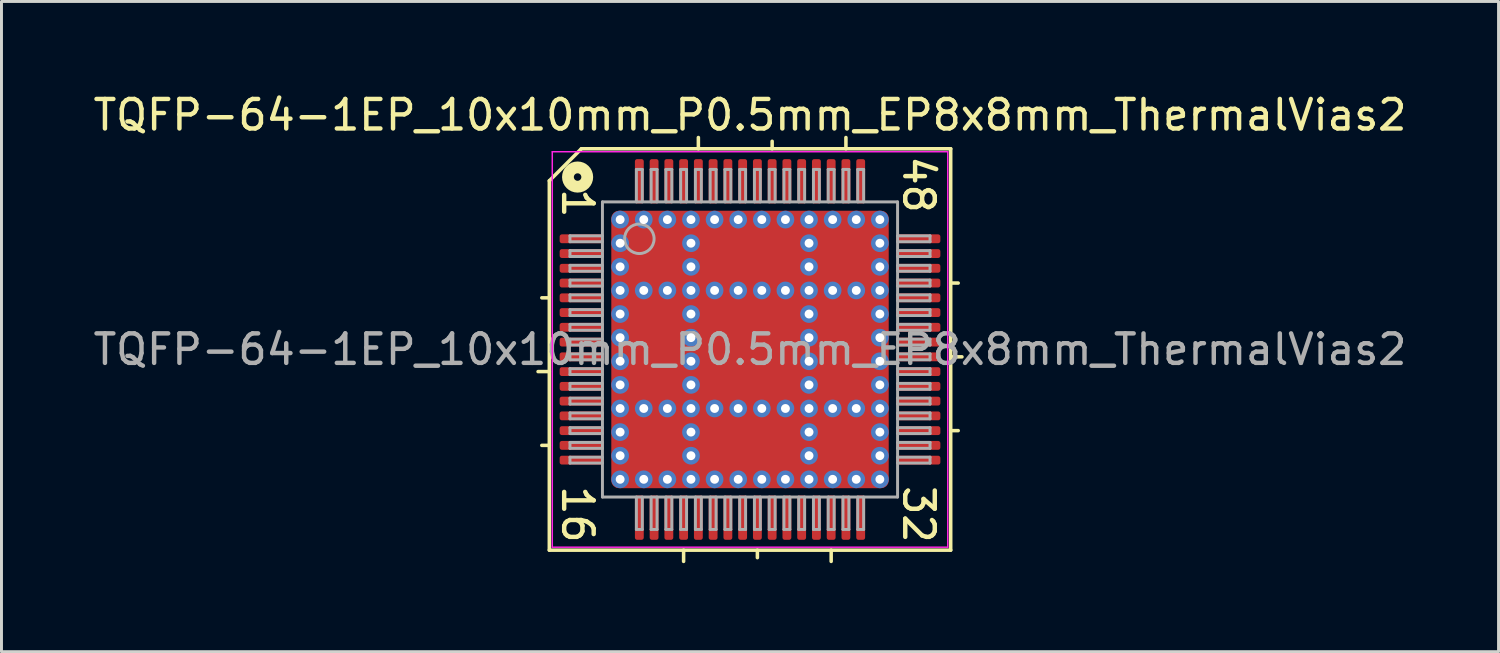
<source format=kicad_pcb>
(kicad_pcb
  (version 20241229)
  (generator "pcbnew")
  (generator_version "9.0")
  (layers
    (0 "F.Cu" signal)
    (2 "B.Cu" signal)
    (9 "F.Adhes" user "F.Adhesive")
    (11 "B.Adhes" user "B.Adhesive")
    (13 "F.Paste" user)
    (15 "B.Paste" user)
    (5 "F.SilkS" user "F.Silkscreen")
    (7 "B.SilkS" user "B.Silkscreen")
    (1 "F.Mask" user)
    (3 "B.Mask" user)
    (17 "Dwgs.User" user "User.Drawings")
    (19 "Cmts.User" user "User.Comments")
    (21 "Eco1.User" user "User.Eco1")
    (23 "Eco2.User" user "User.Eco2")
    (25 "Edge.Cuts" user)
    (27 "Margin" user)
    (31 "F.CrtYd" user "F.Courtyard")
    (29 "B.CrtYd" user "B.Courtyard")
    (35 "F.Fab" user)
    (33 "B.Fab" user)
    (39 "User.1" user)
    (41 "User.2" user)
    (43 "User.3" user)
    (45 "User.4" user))
  (footprint "TQFP-64-1EP_10x10mm_P0.5mm_EP8x8mm_ThermalVias2"
    (layer "F.Cu")
    (at 22.363 8.791)
    (property "Reference" "TQFP-64-1EP_10x10mm_P0.5mm_EP8x8mm_ThermalVias2" (at 0 -7.943 0) (layer "F.SilkS") (effects (font (size 1 1) (thickness 0.15))))
    (attr smd)
    (fp_line (start -6.8 -5.715) (end -6.8 6.8) (stroke (width 0.12) (type solid)) (layer "F.SilkS"))
    (fp_line (start -6.8 -1.75) (end -7.054 -1.75) (stroke (width 0.12) (type solid)) (layer "F.SilkS"))
    (fp_line (start -6.8 0.75) (end -7.181 0.75) (stroke (width 0.12) (type solid)) (layer "F.SilkS"))
    (fp_line (start -6.8 3.25) (end -7.054 3.25) (stroke (width 0.12) (type solid)) (layer "F.SilkS"))
    (fp_line (start -6.8 6.8) (end 6.8 6.8) (stroke (width 0.12) (type solid)) (layer "F.SilkS"))
    (fp_line (start -5.715 -6.8) (end -6.8 -5.715) (stroke (width 0.12) (type solid)) (layer "F.SilkS"))
    (fp_line (start -2.25 6.8) (end -2.25 7.181) (stroke (width 0.12) (type solid)) (layer "F.SilkS"))
    (fp_line (start -1.75 -6.8) (end -1.75 -7.181) (stroke (width 0.12) (type solid)) (layer "F.SilkS"))
    (fp_line (start 0.25 6.8) (end 0.25 7.054) (stroke (width 0.12) (type solid)) (layer "F.SilkS"))
    (fp_line (start 0.75 -6.8) (end 0.75 -7.054) (stroke (width 0.12) (type solid)) (layer "F.SilkS"))
    (fp_line (start 2.75 7.181) (end 2.75 6.8) (stroke (width 0.12) (type solid)) (layer "F.SilkS"))
    (fp_line (start 3.25 -6.8) (end 3.25 -7.181) (stroke (width 0.12) (type solid)) (layer "F.SilkS"))
    (fp_line (start 6.8 -6.8) (end -5.715 -6.8) (stroke (width 0.12) (type solid)) (layer "F.SilkS"))
    (fp_line (start 6.8 -2.25) (end 7.054 -2.25) (stroke (width 0.12) (type solid)) (layer "F.SilkS"))
    (fp_line (start 6.8 0.25) (end 7.181 0.25) (stroke (width 0.12) (type solid)) (layer "F.SilkS"))
    (fp_line (start 6.8 2.75) (end 7.054 2.75) (stroke (width 0.12) (type solid)) (layer "F.SilkS"))
    (fp_line (start 6.8 6.8) (end 6.8 -6.8) (stroke (width 0.12) (type solid)) (layer "F.SilkS"))
    (fp_circle (center -5.842 -5.842) (end -5.715 -5.842) (stroke (width 0.4) (type solid)) (fill no) (layer "F.SilkS"))
    (fp_line (start -6.7 -6.7) (end -6.7 6.7) (stroke (width 0.05) (type solid)) (layer "F.CrtYd"))
    (fp_line (start -6.7 -6.7) (end 6.7 -6.7) (stroke (width 0.05) (type solid)) (layer "F.CrtYd"))
    (fp_line (start -6.7 6.7) (end 6.7 6.7) (stroke (width 0.05) (type solid)) (layer "F.CrtYd"))
    (fp_line (start 6.7 -6.7) (end 6.7 6.7) (stroke (width 0.05) (type solid)) (layer "F.CrtYd"))
    (fp_line (start -6.1 -3.85) (end -6.1 -3.65) (stroke (width 0.1) (type solid)) (layer "F.Fab"))
    (fp_line (start -6.1 -3.85) (end -5 -3.85) (stroke (width 0.1) (type solid)) (layer "F.Fab"))
    (fp_line (start -6.1 -3.65) (end -5 -3.65) (stroke (width 0.1) (type solid)) (layer "F.Fab"))
    (fp_line (start -6.1 -3.35) (end -6.1 -3.15) (stroke (width 0.1) (type solid)) (layer "F.Fab"))
    (fp_line (start -6.1 -3.35) (end -5 -3.35) (stroke (width 0.1) (type solid)) (layer "F.Fab"))
    (fp_line (start -6.1 -3.15) (end -5 -3.15) (stroke (width 0.1) (type solid)) (layer "F.Fab"))
    (fp_line (start -6.1 -2.85) (end -6.1 -2.65) (stroke (width 0.1) (type solid)) (layer "F.Fab"))
    (fp_line (start -6.1 -2.85) (end -5 -2.85) (stroke (width 0.1) (type solid)) (layer "F.Fab"))
    (fp_line (start -6.1 -2.65) (end -5 -2.65) (stroke (width 0.1) (type solid)) (layer "F.Fab"))
    (fp_line (start -6.1 -2.35) (end -6.1 -2.15) (stroke (width 0.1) (type solid)) (layer "F.Fab"))
    (fp_line (start -6.1 -2.35) (end -5 -2.35) (stroke (width 0.1) (type solid)) (layer "F.Fab"))
    (fp_line (start -6.1 -2.15) (end -5 -2.15) (stroke (width 0.1) (type solid)) (layer "F.Fab"))
    (fp_line (start -6.1 -1.85) (end -6.1 -1.65) (stroke (width 0.1) (type solid)) (layer "F.Fab"))
    (fp_line (start -6.1 -1.85) (end -5 -1.85) (stroke (width 0.1) (type solid)) (layer "F.Fab"))
    (fp_line (start -6.1 -1.65) (end -5 -1.65) (stroke (width 0.1) (type solid)) (layer "F.Fab"))
    (fp_line (start -6.1 -1.35) (end -6.1 -1.15) (stroke (width 0.1) (type solid)) (layer "F.Fab"))
    (fp_line (start -6.1 -1.35) (end -5 -1.35) (stroke (width 0.1) (type solid)) (layer "F.Fab"))
    (fp_line (start -6.1 -1.15) (end -5 -1.15) (stroke (width 0.1) (type solid)) (layer "F.Fab"))
    (fp_line (start -6.1 -0.85) (end -6.1 -0.65) (stroke (width 0.1) (type solid)) (layer "F.Fab"))
    (fp_line (start -6.1 -0.85) (end -5 -0.85) (stroke (width 0.1) (type solid)) (layer "F.Fab"))
    (fp_line (start -6.1 -0.65) (end -5 -0.65) (stroke (width 0.1) (type solid)) (layer "F.Fab"))
    (fp_line (start -6.1 -0.35) (end -6.1 -0.15) (stroke (width 0.1) (type solid)) (layer "F.Fab"))
    (fp_line (start -6.1 -0.35) (end -5 -0.35) (stroke (width 0.1) (type solid)) (layer "F.Fab"))
    (fp_line (start -6.1 -0.15) (end -5 -0.15) (stroke (width 0.1) (type solid)) (layer "F.Fab"))
    (fp_line (start -6.1 0.15) (end -6.1 0.35) (stroke (width 0.1) (type solid)) (layer "F.Fab"))
    (fp_line (start -6.1 0.15) (end -5 0.15) (stroke (width 0.1) (type solid)) (layer "F.Fab"))
    (fp_line (start -6.1 0.35) (end -5 0.35) (stroke (width 0.1) (type solid)) (layer "F.Fab"))
    (fp_line (start -6.1 0.65) (end -6.1 0.85) (stroke (width 0.1) (type solid)) (layer "F.Fab"))
    (fp_line (start -6.1 0.65) (end -5 0.65) (stroke (width 0.1) (type solid)) (layer "F.Fab"))
    (fp_line (start -6.1 0.85) (end -5 0.85) (stroke (width 0.1) (type solid)) (layer "F.Fab"))
    (fp_line (start -6.1 1.15) (end -6.1 1.35) (stroke (width 0.1) (type solid)) (layer "F.Fab"))
    (fp_line (start -6.1 1.15) (end -5 1.15) (stroke (width 0.1) (type solid)) (layer "F.Fab"))
    (fp_line (start -6.1 1.35) (end -5 1.35) (stroke (width 0.1) (type solid)) (layer "F.Fab"))
    (fp_line (start -6.1 1.65) (end -6.1 1.85) (stroke (width 0.1) (type solid)) (layer "F.Fab"))
    (fp_line (start -6.1 1.65) (end -5 1.65) (stroke (width 0.1) (type solid)) (layer "F.Fab"))
    (fp_line (start -6.1 1.85) (end -5 1.85) (stroke (width 0.1) (type solid)) (layer "F.Fab"))
    (fp_line (start -6.1 2.15) (end -6.1 2.35) (stroke (width 0.1) (type solid)) (layer "F.Fab"))
    (fp_line (start -6.1 2.15) (end -5 2.15) (stroke (width 0.1) (type solid)) (layer "F.Fab"))
    (fp_line (start -6.1 2.35) (end -5 2.35) (stroke (width 0.1) (type solid)) (layer "F.Fab"))
    (fp_line (start -6.1 2.65) (end -6.1 2.85) (stroke (width 0.1) (type solid)) (layer "F.Fab"))
    (fp_line (start -6.1 2.65) (end -5 2.65) (stroke (width 0.1) (type solid)) (layer "F.Fab"))
    (fp_line (start -6.1 2.85) (end -5 2.85) (stroke (width 0.1) (type solid)) (layer "F.Fab"))
    (fp_line (start -6.1 3.15) (end -6.1 3.35) (stroke (width 0.1) (type solid)) (layer "F.Fab"))
    (fp_line (start -6.1 3.15) (end -5 3.15) (stroke (width 0.1) (type solid)) (layer "F.Fab"))
    (fp_line (start -6.1 3.35) (end -5 3.35) (stroke (width 0.1) (type solid)) (layer "F.Fab"))
    (fp_line (start -6.1 3.65) (end -6.1 3.85) (stroke (width 0.1) (type solid)) (layer "F.Fab"))
    (fp_line (start -6.1 3.65) (end -5 3.65) (stroke (width 0.1) (type solid)) (layer "F.Fab"))
    (fp_line (start -6.1 3.85) (end -5 3.85) (stroke (width 0.1) (type solid)) (layer "F.Fab"))
    (fp_line (start -5 -5) (end 5 -5) (stroke (width 0.1) (type solid)) (layer "F.Fab"))
    (fp_line (start -5 5) (end -5 -5) (stroke (width 0.1) (type solid)) (layer "F.Fab"))
    (fp_line (start -3.85 -6.1) (end -3.85 -5) (stroke (width 0.1) (type solid)) (layer "F.Fab"))
    (fp_line (start -3.85 6.1) (end -3.85 5) (stroke (width 0.1) (type solid)) (layer "F.Fab"))
    (fp_line (start -3.85 6.1) (end -3.65 6.1) (stroke (width 0.1) (type solid)) (layer "F.Fab"))
    (fp_line (start -3.65 -6.1) (end -3.85 -6.1) (stroke (width 0.1) (type solid)) (layer "F.Fab"))
    (fp_line (start -3.65 -6.1) (end -3.65 -5) (stroke (width 0.1) (type solid)) (layer "F.Fab"))
    (fp_line (start -3.65 6.1) (end -3.65 5) (stroke (width 0.1) (type solid)) (layer "F.Fab"))
    (fp_line (start -3.35 -6.1) (end -3.35 -5) (stroke (width 0.1) (type solid)) (layer "F.Fab"))
    (fp_line (start -3.35 6.1) (end -3.35 5) (stroke (width 0.1) (type solid)) (layer "F.Fab"))
    (fp_line (start -3.35 6.1) (end -3.15 6.1) (stroke (width 0.1) (type solid)) (layer "F.Fab"))
    (fp_line (start -3.15 -6.1) (end -3.35 -6.1) (stroke (width 0.1) (type solid)) (layer "F.Fab"))
    (fp_line (start -3.15 -6.1) (end -3.15 -5) (stroke (width 0.1) (type solid)) (layer "F.Fab"))
    (fp_line (start -3.15 6.1) (end -3.15 5) (stroke (width 0.1) (type solid)) (layer "F.Fab"))
    (fp_line (start -2.85 -6.1) (end -2.85 -5) (stroke (width 0.1) (type solid)) (layer "F.Fab"))
    (fp_line (start -2.85 6.1) (end -2.85 5) (stroke (width 0.1) (type solid)) (layer "F.Fab"))
    (fp_line (start -2.85 6.1) (end -2.65 6.1) (stroke (width 0.1) (type solid)) (layer "F.Fab"))
    (fp_line (start -2.65 -6.1) (end -2.85 -6.1) (stroke (width 0.1) (type solid)) (layer "F.Fab"))
    (fp_line (start -2.65 -6.1) (end -2.65 -5) (stroke (width 0.1) (type solid)) (layer "F.Fab"))
    (fp_line (start -2.65 6.1) (end -2.65 5) (stroke (width 0.1) (type solid)) (layer "F.Fab"))
    (fp_line (start -2.35 -6.1) (end -2.35 -5) (stroke (width 0.1) (type solid)) (layer "F.Fab"))
    (fp_line (start -2.35 6.1) (end -2.35 5) (stroke (width 0.1) (type solid)) (layer "F.Fab"))
    (fp_line (start -2.35 6.1) (end -2.15 6.1) (stroke (width 0.1) (type solid)) (layer "F.Fab"))
    (fp_line (start -2.15 -6.1) (end -2.35 -6.1) (stroke (width 0.1) (type solid)) (layer "F.Fab"))
    (fp_line (start -2.15 -6.1) (end -2.15 -5) (stroke (width 0.1) (type solid)) (layer "F.Fab"))
    (fp_line (start -2.15 6.1) (end -2.15 5) (stroke (width 0.1) (type solid)) (layer "F.Fab"))
    (fp_line (start -1.85 -6.1) (end -1.85 -5) (stroke (width 0.1) (type solid)) (layer "F.Fab"))
    (fp_line (start -1.85 6.1) (end -1.85 5) (stroke (width 0.1) (type solid)) (layer "F.Fab"))
    (fp_line (start -1.85 6.1) (end -1.65 6.1) (stroke (width 0.1) (type solid)) (layer "F.Fab"))
    (fp_line (start -1.65 -6.1) (end -1.85 -6.1) (stroke (width 0.1) (type solid)) (layer "F.Fab"))
    (fp_line (start -1.65 -6.1) (end -1.65 -5) (stroke (width 0.1) (type solid)) (layer "F.Fab"))
    (fp_line (start -1.65 6.1) (end -1.65 5) (stroke (width 0.1) (type solid)) (layer "F.Fab"))
    (fp_line (start -1.35 -6.1) (end -1.35 -5) (stroke (width 0.1) (type solid)) (layer "F.Fab"))
    (fp_line (start -1.35 6.1) (end -1.35 5) (stroke (width 0.1) (type solid)) (layer "F.Fab"))
    (fp_line (start -1.35 6.1) (end -1.15 6.1) (stroke (width 0.1) (type solid)) (layer "F.Fab"))
    (fp_line (start -1.15 -6.1) (end -1.35 -6.1) (stroke (width 0.1) (type solid)) (layer "F.Fab"))
    (fp_line (start -1.15 -6.1) (end -1.15 -5) (stroke (width 0.1) (type solid)) (layer "F.Fab"))
    (fp_line (start -1.15 6.1) (end -1.15 5) (stroke (width 0.1) (type solid)) (layer "F.Fab"))
    (fp_line (start -0.85 -6.1) (end -0.85 -5) (stroke (width 0.1) (type solid)) (layer "F.Fab"))
    (fp_line (start -0.85 6.1) (end -0.85 5) (stroke (width 0.1) (type solid)) (layer "F.Fab"))
    (fp_line (start -0.85 6.1) (end -0.65 6.1) (stroke (width 0.1) (type solid)) (layer "F.Fab"))
    (fp_line (start -0.65 -6.1) (end -0.85 -6.1) (stroke (width 0.1) (type solid)) (layer "F.Fab"))
    (fp_line (start -0.65 -6.1) (end -0.65 -5) (stroke (width 0.1) (type solid)) (layer "F.Fab"))
    (fp_line (start -0.65 6.1) (end -0.65 5) (stroke (width 0.1) (type solid)) (layer "F.Fab"))
    (fp_line (start -0.35 -6.1) (end -0.35 -5) (stroke (width 0.1) (type solid)) (layer "F.Fab"))
    (fp_line (start -0.35 6.1) (end -0.35 5) (stroke (width 0.1) (type solid)) (layer "F.Fab"))
    (fp_line (start -0.35 6.1) (end -0.15 6.1) (stroke (width 0.1) (type solid)) (layer "F.Fab"))
    (fp_line (start -0.15 -6.1) (end -0.35 -6.1) (stroke (width 0.1) (type solid)) (layer "F.Fab"))
    (fp_line (start -0.15 -6.1) (end -0.15 -5) (stroke (width 0.1) (type solid)) (layer "F.Fab"))
    (fp_line (start -0.15 6.1) (end -0.15 5) (stroke (width 0.1) (type solid)) (layer "F.Fab"))
    (fp_line (start 0.15 -6.1) (end 0.15 -5) (stroke (width 0.1) (type solid)) (layer "F.Fab"))
    (fp_line (start 0.15 6.1) (end 0.15 5) (stroke (width 0.1) (type solid)) (layer "F.Fab"))
    (fp_line (start 0.15 6.1) (end 0.35 6.1) (stroke (width 0.1) (type solid)) (layer "F.Fab"))
    (fp_line (start 0.35 -6.1) (end 0.15 -6.1) (stroke (width 0.1) (type solid)) (layer "F.Fab"))
    (fp_line (start 0.35 -6.1) (end 0.35 -5) (stroke (width 0.1) (type solid)) (layer "F.Fab"))
    (fp_line (start 0.35 6.1) (end 0.35 5) (stroke (width 0.1) (type solid)) (layer "F.Fab"))
    (fp_line (start 0.65 -6.1) (end 0.65 -5) (stroke (width 0.1) (type solid)) (layer "F.Fab"))
    (fp_line (start 0.65 6.1) (end 0.65 5) (stroke (width 0.1) (type solid)) (layer "F.Fab"))
    (fp_line (start 0.65 6.1) (end 0.85 6.1) (stroke (width 0.1) (type solid)) (layer "F.Fab"))
    (fp_line (start 0.85 -6.1) (end 0.65 -6.1) (stroke (width 0.1) (type solid)) (layer "F.Fab"))
    (fp_line (start 0.85 -6.1) (end 0.85 -5) (stroke (width 0.1) (type solid)) (layer "F.Fab"))
    (fp_line (start 0.85 6.1) (end 0.85 5) (stroke (width 0.1) (type solid)) (layer "F.Fab"))
    (fp_line (start 1.15 -6.1) (end 1.15 -5) (stroke (width 0.1) (type solid)) (layer "F.Fab"))
    (fp_line (start 1.15 6.1) (end 1.15 5) (stroke (width 0.1) (type solid)) (layer "F.Fab"))
    (fp_line (start 1.15 6.1) (end 1.35 6.1) (stroke (width 0.1) (type solid)) (layer "F.Fab"))
    (fp_line (start 1.35 -6.1) (end 1.15 -6.1) (stroke (width 0.1) (type solid)) (layer "F.Fab"))
    (fp_line (start 1.35 -6.1) (end 1.35 -5) (stroke (width 0.1) (type solid)) (layer "F.Fab"))
    (fp_line (start 1.35 6.1) (end 1.35 5) (stroke (width 0.1) (type solid)) (layer "F.Fab"))
    (fp_line (start 1.65 -6.1) (end 1.65 -5) (stroke (width 0.1) (type solid)) (layer "F.Fab"))
    (fp_line (start 1.65 6.1) (end 1.65 5) (stroke (width 0.1) (type solid)) (layer "F.Fab"))
    (fp_line (start 1.65 6.1) (end 1.85 6.1) (stroke (width 0.1) (type solid)) (layer "F.Fab"))
    (fp_line (start 1.85 -6.1) (end 1.65 -6.1) (stroke (width 0.1) (type solid)) (layer "F.Fab"))
    (fp_line (start 1.85 -6.1) (end 1.85 -5) (stroke (width 0.1) (type solid)) (layer "F.Fab"))
    (fp_line (start 1.85 6.1) (end 1.85 5) (stroke (width 0.1) (type solid)) (layer "F.Fab"))
    (fp_line (start 2.15 -6.1) (end 2.15 -5) (stroke (width 0.1) (type solid)) (layer "F.Fab"))
    (fp_line (start 2.15 6.1) (end 2.15 5) (stroke (width 0.1) (type solid)) (layer "F.Fab"))
    (fp_line (start 2.15 6.1) (end 2.35 6.1) (stroke (width 0.1) (type solid)) (layer "F.Fab"))
    (fp_line (start 2.35 -6.1) (end 2.15 -6.1) (stroke (width 0.1) (type solid)) (layer "F.Fab"))
    (fp_line (start 2.35 -6.1) (end 2.35 -5) (stroke (width 0.1) (type solid)) (layer "F.Fab"))
    (fp_line (start 2.35 6.1) (end 2.35 5) (stroke (width 0.1) (type solid)) (layer "F.Fab"))
    (fp_line (start 2.65 -6.1) (end 2.65 -5) (stroke (width 0.1) (type solid)) (layer "F.Fab"))
    (fp_line (start 2.65 6.1) (end 2.65 5) (stroke (width 0.1) (type solid)) (layer "F.Fab"))
    (fp_line (start 2.65 6.1) (end 2.85 6.1) (stroke (width 0.1) (type solid)) (layer "F.Fab"))
    (fp_line (start 2.85 -6.1) (end 2.65 -6.1) (stroke (width 0.1) (type solid)) (layer "F.Fab"))
    (fp_line (start 2.85 -6.1) (end 2.85 -5) (stroke (width 0.1) (type solid)) (layer "F.Fab"))
    (fp_line (start 2.85 6.1) (end 2.85 5) (stroke (width 0.1) (type solid)) (layer "F.Fab"))
    (fp_line (start 3.15 -6.1) (end 3.15 -5) (stroke (width 0.1) (type solid)) (layer "F.Fab"))
    (fp_line (start 3.15 6.1) (end 3.15 5) (stroke (width 0.1) (type solid)) (layer "F.Fab"))
    (fp_line (start 3.15 6.1) (end 3.35 6.1) (stroke (width 0.1) (type solid)) (layer "F.Fab"))
    (fp_line (start 3.35 -6.1) (end 3.15 -6.1) (stroke (width 0.1) (type solid)) (layer "F.Fab"))
    (fp_line (start 3.35 -6.1) (end 3.35 -5) (stroke (width 0.1) (type solid)) (layer "F.Fab"))
    (fp_line (start 3.35 6.1) (end 3.35 5) (stroke (width 0.1) (type solid)) (layer "F.Fab"))
    (fp_line (start 3.65 -6.1) (end 3.65 -5) (stroke (width 0.1) (type solid)) (layer "F.Fab"))
    (fp_line (start 3.65 6.1) (end 3.65 5) (stroke (width 0.1) (type solid)) (layer "F.Fab"))
    (fp_line (start 3.65 6.1) (end 3.85 6.1) (stroke (width 0.1) (type solid)) (layer "F.Fab"))
    (fp_line (start 3.85 -6.1) (end 3.65 -6.1) (stroke (width 0.1) (type solid)) (layer "F.Fab"))
    (fp_line (start 3.85 -6.1) (end 3.85 -5) (stroke (width 0.1) (type solid)) (layer "F.Fab"))
    (fp_line (start 3.85 6.1) (end 3.85 5) (stroke (width 0.1) (type solid)) (layer "F.Fab"))
    (fp_line (start 5 -5) (end 5 5) (stroke (width 0.1) (type solid)) (layer "F.Fab"))
    (fp_line (start 5 5) (end -5 5) (stroke (width 0.1) (type solid)) (layer "F.Fab"))
    (fp_line (start 6.1 -3.85) (end 5 -3.85) (stroke (width 0.1) (type solid)) (layer "F.Fab"))
    (fp_line (start 6.1 -3.65) (end 5 -3.65) (stroke (width 0.1) (type solid)) (layer "F.Fab"))
    (fp_line (start 6.1 -3.65) (end 6.1 -3.85) (stroke (width 0.1) (type solid)) (layer "F.Fab"))
    (fp_line (start 6.1 -3.35) (end 5 -3.35) (stroke (width 0.1) (type solid)) (layer "F.Fab"))
    (fp_line (start 6.1 -3.15) (end 5 -3.15) (stroke (width 0.1) (type solid)) (layer "F.Fab"))
    (fp_line (start 6.1 -3.15) (end 6.1 -3.35) (stroke (width 0.1) (type solid)) (layer "F.Fab"))
    (fp_line (start 6.1 -2.85) (end 5 -2.85) (stroke (width 0.1) (type solid)) (layer "F.Fab"))
    (fp_line (start 6.1 -2.65) (end 5 -2.65) (stroke (width 0.1) (type solid)) (layer "F.Fab"))
    (fp_line (start 6.1 -2.65) (end 6.1 -2.85) (stroke (width 0.1) (type solid)) (layer "F.Fab"))
    (fp_line (start 6.1 -2.35) (end 5 -2.35) (stroke (width 0.1) (type solid)) (layer "F.Fab"))
    (fp_line (start 6.1 -2.15) (end 5 -2.15) (stroke (width 0.1) (type solid)) (layer "F.Fab"))
    (fp_line (start 6.1 -2.15) (end 6.1 -2.35) (stroke (width 0.1) (type solid)) (layer "F.Fab"))
    (fp_line (start 6.1 -1.85) (end 5 -1.85) (stroke (width 0.1) (type solid)) (layer "F.Fab"))
    (fp_line (start 6.1 -1.65) (end 5 -1.65) (stroke (width 0.1) (type solid)) (layer "F.Fab"))
    (fp_line (start 6.1 -1.65) (end 6.1 -1.85) (stroke (width 0.1) (type solid)) (layer "F.Fab"))
    (fp_line (start 6.1 -1.35) (end 5 -1.35) (stroke (width 0.1) (type solid)) (layer "F.Fab"))
    (fp_line (start 6.1 -1.15) (end 5 -1.15) (stroke (width 0.1) (type solid)) (layer "F.Fab"))
    (fp_line (start 6.1 -1.15) (end 6.1 -1.35) (stroke (width 0.1) (type solid)) (layer "F.Fab"))
    (fp_line (start 6.1 -0.85) (end 5 -0.85) (stroke (width 0.1) (type solid)) (layer "F.Fab"))
    (fp_line (start 6.1 -0.65) (end 5 -0.65) (stroke (width 0.1) (type solid)) (layer "F.Fab"))
    (fp_line (start 6.1 -0.65) (end 6.1 -0.85) (stroke (width 0.1) (type solid)) (layer "F.Fab"))
    (fp_line (start 6.1 -0.35) (end 5 -0.35) (stroke (width 0.1) (type solid)) (layer "F.Fab"))
    (fp_line (start 6.1 -0.15) (end 5 -0.15) (stroke (width 0.1) (type solid)) (layer "F.Fab"))
    (fp_line (start 6.1 -0.15) (end 6.1 -0.35) (stroke (width 0.1) (type solid)) (layer "F.Fab"))
    (fp_line (start 6.1 0.15) (end 5 0.15) (stroke (width 0.1) (type solid)) (layer "F.Fab"))
    (fp_line (start 6.1 0.35) (end 5 0.35) (stroke (width 0.1) (type solid)) (layer "F.Fab"))
    (fp_line (start 6.1 0.35) (end 6.1 0.15) (stroke (width 0.1) (type solid)) (layer "F.Fab"))
    (fp_line (start 6.1 0.65) (end 5 0.65) (stroke (width 0.1) (type solid)) (layer "F.Fab"))
    (fp_line (start 6.1 0.85) (end 5 0.85) (stroke (width 0.1) (type solid)) (layer "F.Fab"))
    (fp_line (start 6.1 0.85) (end 6.1 0.65) (stroke (width 0.1) (type solid)) (layer "F.Fab"))
    (fp_line (start 6.1 1.15) (end 5 1.15) (stroke (width 0.1) (type solid)) (layer "F.Fab"))
    (fp_line (start 6.1 1.35) (end 5 1.35) (stroke (width 0.1) (type solid)) (layer "F.Fab"))
    (fp_line (start 6.1 1.35) (end 6.1 1.15) (stroke (width 0.1) (type solid)) (layer "F.Fab"))
    (fp_line (start 6.1 1.65) (end 5 1.65) (stroke (width 0.1) (type solid)) (layer "F.Fab"))
    (fp_line (start 6.1 1.85) (end 5 1.85) (stroke (width 0.1) (type solid)) (layer "F.Fab"))
    (fp_line (start 6.1 1.85) (end 6.1 1.65) (stroke (width 0.1) (type solid)) (layer "F.Fab"))
    (fp_line (start 6.1 2.15) (end 5 2.15) (stroke (width 0.1) (type solid)) (layer "F.Fab"))
    (fp_line (start 6.1 2.35) (end 5 2.35) (stroke (width 0.1) (type solid)) (layer "F.Fab"))
    (fp_line (start 6.1 2.35) (end 6.1 2.15) (stroke (width 0.1) (type solid)) (layer "F.Fab"))
    (fp_line (start 6.1 2.65) (end 5 2.65) (stroke (width 0.1) (type solid)) (layer "F.Fab"))
    (fp_line (start 6.1 2.85) (end 5 2.85) (stroke (width 0.1) (type solid)) (layer "F.Fab"))
    (fp_line (start 6.1 2.85) (end 6.1 2.65) (stroke (width 0.1) (type solid)) (layer "F.Fab"))
    (fp_line (start 6.1 3.15) (end 5 3.15) (stroke (width 0.1) (type solid)) (layer "F.Fab"))
    (fp_line (start 6.1 3.35) (end 5 3.35) (stroke (width 0.1) (type solid)) (layer "F.Fab"))
    (fp_line (start 6.1 3.35) (end 6.1 3.15) (stroke (width 0.1) (type solid)) (layer "F.Fab"))
    (fp_line (start 6.1 3.65) (end 5 3.65) (stroke (width 0.1) (type solid)) (layer "F.Fab"))
    (fp_line (start 6.1 3.85) (end 5 3.85) (stroke (width 0.1) (type solid)) (layer "F.Fab"))
    (fp_line (start 6.1 3.85) (end 6.1 3.65) (stroke (width 0.1) (type solid)) (layer "F.Fab"))
    (fp_circle (center -3.75 -3.75) (end -3.25 -3.75) (stroke (width 0.1) (type solid)) (fill no) (layer "F.Fab"))
    (fp_text user "1" (at -5.842 -4.953 270) (unlocked yes) (layer "F.SilkS") (effects (font (size 1 1) (thickness 0.15))))
    (fp_text user "48" (at 5.715 -5.588 270) (unlocked yes) (layer "F.SilkS") (effects (font (size 1 1) (thickness 0.15))))
    (fp_text user "16" (at -5.842 5.588 270) (unlocked yes) (layer "F.SilkS") (effects (font (size 1 1) (thickness 0.15))))
    (fp_text user "32" (at 5.715 5.588 270) (unlocked yes) (layer "F.SilkS") (effects (font (size 1 1) (thickness 0.15))))
    (fp_text user "${REFERENCE}" (at 0 0 0) (layer "F.Fab") (effects (font (size 1 1) (thickness 0.15))))
    (pad "" smd roundrect (at -3.562 -3.562 180) (size 0.625 0.625) (layers "F.Paste") (roundrect_rratio 0.25))
    (pad "" smd roundrect (at -3.562 -2.737 180) (size 0.625 0.625) (layers "F.Paste") (roundrect_rratio 0.25))
    (pad "" smd roundrect (at -3.562 -1.262 180) (size 0.625 0.625) (layers "F.Paste") (roundrect_rratio 0.25))
    (pad "" smd roundrect (at -3.562 -0.438 180) (size 0.625 0.625) (layers "F.Paste") (roundrect_rratio 0.25))
    (pad "" smd roundrect (at -3.562 0.438 180) (size 0.625 0.625) (layers "F.Paste") (roundrect_rratio 0.25))
    (pad "" smd roundrect (at -3.562 1.262 180) (size 0.625 0.625) (layers "F.Paste") (roundrect_rratio 0.25))
    (pad "" smd roundrect (at -3.562 2.737 180) (size 0.625 0.625) (layers "F.Paste") (roundrect_rratio 0.25))
    (pad "" smd roundrect (at -3.562 3.562 180) (size 0.625 0.625) (layers "F.Paste") (roundrect_rratio 0.25))
    (pad "" smd roundrect (at -3.15 -3.15 270) (size 1.7 1.7) (layers "F.Mask") (roundrect_rratio 0.147))
    (pad "" smd roundrect (at -3.15 0 180) (size 1.7 3.4) (layers "F.Mask") (roundrect_rratio 0.147))
    (pad "" smd roundrect (at -3.15 3.15 270) (size 1.7 1.7) (layers "F.Mask") (roundrect_rratio 0.147))
    (pad "" smd roundrect (at -2.737 -3.562 180) (size 0.625 0.625) (layers "F.Paste") (roundrect_rratio 0.25))
    (pad "" smd roundrect (at -2.737 -2.737 180) (size 0.625 0.625) (layers "F.Paste") (roundrect_rratio 0.25))
    (pad "" smd roundrect (at -2.737 -1.262 180) (size 0.625 0.625) (layers "F.Paste") (roundrect_rratio 0.25))
    (pad "" smd roundrect (at -2.737 -0.438 180) (size 0.625 0.625) (layers "F.Paste") (roundrect_rratio 0.25))
    (pad "" smd roundrect (at -2.737 0.438 180) (size 0.625 0.625) (layers "F.Paste") (roundrect_rratio 0.25))
    (pad "" smd roundrect (at -2.737 1.262 180) (size 0.625 0.625) (layers "F.Paste") (roundrect_rratio 0.25))
    (pad "" smd roundrect (at -2.737 2.737 180) (size 0.625 0.625) (layers "F.Paste") (roundrect_rratio 0.25))
    (pad "" smd roundrect (at -2.737 3.562 180) (size 0.625 0.625) (layers "F.Paste") (roundrect_rratio 0.25))
    (pad "" smd roundrect (at -1.275 -1.275 270) (size 0.65 0.65) (layers "F.Paste") (roundrect_rratio 0.25))
    (pad "" smd roundrect (at -1.275 -0.425 270) (size 0.65 0.65) (layers "F.Paste") (roundrect_rratio 0.25))
    (pad "" smd roundrect (at -1.275 0.425 270) (size 0.65 0.65) (layers "F.Paste") (roundrect_rratio 0.25))
    (pad "" smd roundrect (at -1.275 1.275 270) (size 0.65 0.65) (layers "F.Paste") (roundrect_rratio 0.25))
    (pad "" smd roundrect (at -1.262 -3.562 270) (size 0.625 0.625) (layers "F.Paste") (roundrect_rratio 0.25))
    (pad "" smd roundrect (at -1.262 -2.737 270) (size 0.625 0.625) (layers "F.Paste") (roundrect_rratio 0.25))
    (pad "" smd roundrect (at -1.262 2.737 270) (size 0.625 0.625) (layers "F.Paste") (roundrect_rratio 0.25))
    (pad "" smd roundrect (at -1.262 3.562 270) (size 0.625 0.625) (layers "F.Paste") (roundrect_rratio 0.25))
    (pad "" smd roundrect (at -0.438 -3.562 270) (size 0.625 0.625) (layers "F.Paste") (roundrect_rratio 0.25))
    (pad "" smd roundrect (at -0.438 -2.737 270) (size 0.625 0.625) (layers "F.Paste") (roundrect_rratio 0.25))
    (pad "" smd roundrect (at -0.438 2.737 270) (size 0.625 0.625) (layers "F.Paste") (roundrect_rratio 0.25))
    (pad "" smd roundrect (at -0.438 3.562 270) (size 0.625 0.625) (layers "F.Paste") (roundrect_rratio 0.25))
    (pad "" smd roundrect (at -0.425 -1.275 270) (size 0.65 0.65) (layers "F.Paste") (roundrect_rratio 0.25))
    (pad "" smd roundrect (at -0.425 -0.425 270) (size 0.65 0.65) (layers "F.Paste") (roundrect_rratio 0.25))
    (pad "" smd roundrect (at -0.425 0.425 270) (size 0.65 0.65) (layers "F.Paste") (roundrect_rratio 0.25))
    (pad "" smd roundrect (at -0.425 1.275 270) (size 0.65 0.65) (layers "F.Paste") (roundrect_rratio 0.25))
    (pad "" smd roundrect (at 0 -3.15 270) (size 1.7 3.4) (layers "F.Mask") (roundrect_rratio 0.147))
    (pad "" smd roundrect (at 0 0 180) (size 3.4 3.4) (layers "F.Mask") (roundrect_rratio 0.074))
    (pad "" smd roundrect (at 0 3.15 270) (size 1.7 3.4) (layers "F.Mask") (roundrect_rratio 0.147))
    (pad "" smd roundrect (at 0.425 -1.275 270) (size 0.65 0.65) (layers "F.Paste") (roundrect_rratio 0.25))
    (pad "" smd roundrect (at 0.425 -0.425 270) (size 0.65 0.65) (layers "F.Paste") (roundrect_rratio 0.25))
    (pad "" smd roundrect (at 0.425 0.425 270) (size 0.65 0.65) (layers "F.Paste") (roundrect_rratio 0.25))
    (pad "" smd roundrect (at 0.425 1.275 270) (size 0.65 0.65) (layers "F.Paste") (roundrect_rratio 0.25))
    (pad "" smd roundrect (at 0.438 -3.562 270) (size 0.625 0.625) (layers "F.Paste") (roundrect_rratio 0.25))
    (pad "" smd roundrect (at 0.438 -2.737 270) (size 0.625 0.625) (layers "F.Paste") (roundrect_rratio 0.25))
    (pad "" smd roundrect (at 0.438 2.737 270) (size 0.625 0.625) (layers "F.Paste") (roundrect_rratio 0.25))
    (pad "" smd roundrect (at 0.438 3.562 270) (size 0.625 0.625) (layers "F.Paste") (roundrect_rratio 0.25))
    (pad "" smd roundrect (at 1.262 -3.562 270) (size 0.625 0.625) (layers "F.Paste") (roundrect_rratio 0.25))
    (pad "" smd roundrect (at 1.262 -2.737 270) (size 0.625 0.625) (layers "F.Paste") (roundrect_rratio 0.25))
    (pad "" smd roundrect (at 1.262 2.737 270) (size 0.625 0.625) (layers "F.Paste") (roundrect_rratio 0.25))
    (pad "" smd roundrect (at 1.262 3.562 270) (size 0.625 0.625) (layers "F.Paste") (roundrect_rratio 0.25))
    (pad "" smd roundrect (at 1.275 -1.275 270) (size 0.65 0.65) (layers "F.Paste") (roundrect_rratio 0.25))
    (pad "" smd roundrect (at 1.275 -0.425 270) (size 0.65 0.65) (layers "F.Paste") (roundrect_rratio 0.25))
    (pad "" smd roundrect (at 1.275 0.425 270) (size 0.65 0.65) (layers "F.Paste") (roundrect_rratio 0.25))
    (pad "" smd roundrect (at 1.275 1.275 270) (size 0.65 0.65) (layers "F.Paste") (roundrect_rratio 0.25))
    (pad "" smd roundrect (at 2.737 -3.562 180) (size 0.625 0.625) (layers "F.Paste") (roundrect_rratio 0.25))
    (pad "" smd roundrect (at 2.737 -2.737 180) (size 0.625 0.625) (layers "F.Paste") (roundrect_rratio 0.25))
    (pad "" smd roundrect (at 2.737 -1.262 180) (size 0.625 0.625) (layers "F.Paste") (roundrect_rratio 0.25))
    (pad "" smd roundrect (at 2.737 -0.438 180) (size 0.625 0.625) (layers "F.Paste") (roundrect_rratio 0.25))
    (pad "" smd roundrect (at 2.737 0.438 180) (size 0.625 0.625) (layers "F.Paste") (roundrect_rratio 0.25))
    (pad "" smd roundrect (at 2.737 1.262 180) (size 0.625 0.625) (layers "F.Paste") (roundrect_rratio 0.25))
    (pad "" smd roundrect (at 2.737 2.737 180) (size 0.625 0.625) (layers "F.Paste") (roundrect_rratio 0.25))
    (pad "" smd roundrect (at 2.737 3.562 180) (size 0.625 0.625) (layers "F.Paste") (roundrect_rratio 0.25))
    (pad "" smd roundrect (at 3.15 -3.15 270) (size 1.7 1.7) (layers "F.Mask") (roundrect_rratio 0.147))
    (pad "" smd roundrect (at 3.15 0 180) (size 1.7 3.4) (layers "F.Mask") (roundrect_rratio 0.147))
    (pad "" smd roundrect (at 3.15 3.15 270) (size 1.7 1.7) (layers "F.Mask") (roundrect_rratio 0.147))
    (pad "" smd roundrect (at 3.562 -3.562 180) (size 0.625 0.625) (layers "F.Paste") (roundrect_rratio 0.25))
    (pad "" smd roundrect (at 3.562 -2.737 180) (size 0.625 0.625) (layers "F.Paste") (roundrect_rratio 0.25))
    (pad "" smd roundrect (at 3.562 -1.262 180) (size 0.625 0.625) (layers "F.Paste") (roundrect_rratio 0.25))
    (pad "" smd roundrect (at 3.562 -0.438 180) (size 0.625 0.625) (layers "F.Paste") (roundrect_rratio 0.25))
    (pad "" smd roundrect (at 3.562 0.438 180) (size 0.625 0.625) (layers "F.Paste") (roundrect_rratio 0.25))
    (pad "" smd roundrect (at 3.562 1.262 180) (size 0.625 0.625) (layers "F.Paste") (roundrect_rratio 0.25))
    (pad "" smd roundrect (at 3.562 2.737 180) (size 0.625 0.625) (layers "F.Paste") (roundrect_rratio 0.25))
    (pad "" smd roundrect (at 3.562 3.562 180) (size 0.625 0.625) (layers "F.Paste") (roundrect_rratio 0.25))
    (pad "1" smd roundrect (at -5.7 -3.75) (size 1.5 0.3) (layers "F.Cu" "F.Mask" "F.Paste") (roundrect_rratio 0.25))
    (pad "2" smd roundrect (at -5.7 -3.25) (size 1.5 0.3) (layers "F.Cu" "F.Mask" "F.Paste") (roundrect_rratio 0.25))
    (pad "3" smd roundrect (at -5.7 -2.75) (size 1.5 0.3) (layers "F.Cu" "F.Mask" "F.Paste") (roundrect_rratio 0.25))
    (pad "4" smd roundrect (at -5.7 -2.25) (size 1.5 0.3) (layers "F.Cu" "F.Mask" "F.Paste") (roundrect_rratio 0.25))
    (pad "5" smd roundrect (at -5.7 -1.75) (size 1.5 0.3) (layers "F.Cu" "F.Mask" "F.Paste") (roundrect_rratio 0.25))
    (pad "6" smd roundrect (at -5.7 -1.25) (size 1.5 0.3) (layers "F.Cu" "F.Mask" "F.Paste") (roundrect_rratio 0.25))
    (pad "7" smd roundrect (at -5.7 -0.75) (size 1.5 0.3) (layers "F.Cu" "F.Mask" "F.Paste") (roundrect_rratio 0.25))
    (pad "8" smd roundrect (at -5.7 -0.25) (size 1.5 0.3) (layers "F.Cu" "F.Mask" "F.Paste") (roundrect_rratio 0.25))
    (pad "9" smd roundrect (at -5.7 0.25) (size 1.5 0.3) (layers "F.Cu" "F.Mask" "F.Paste") (roundrect_rratio 0.25))
    (pad "10" smd roundrect (at -5.7 0.75) (size 1.5 0.3) (layers "F.Cu" "F.Mask" "F.Paste") (roundrect_rratio 0.25))
    (pad "11" smd roundrect (at -5.7 1.25) (size 1.5 0.3) (layers "F.Cu" "F.Mask" "F.Paste") (roundrect_rratio 0.25))
    (pad "12" smd roundrect (at -5.7 1.75) (size 1.5 0.3) (layers "F.Cu" "F.Mask" "F.Paste") (roundrect_rratio 0.25))
    (pad "13" smd roundrect (at -5.7 2.25) (size 1.5 0.3) (layers "F.Cu" "F.Mask" "F.Paste") (roundrect_rratio 0.25))
    (pad "14" smd roundrect (at -5.7 2.75) (size 1.5 0.3) (layers "F.Cu" "F.Mask" "F.Paste") (roundrect_rratio 0.25))
    (pad "15" smd roundrect (at -5.7 3.25) (size 1.5 0.3) (layers "F.Cu" "F.Mask" "F.Paste") (roundrect_rratio 0.25))
    (pad "16" smd roundrect (at -5.7 3.75) (size 1.5 0.3) (layers "F.Cu" "F.Mask" "F.Paste") (roundrect_rratio 0.25))
    (pad "17" smd roundrect (at -3.75 5.7 90) (size 1.5 0.3) (layers "F.Cu" "F.Mask" "F.Paste") (roundrect_rratio 0.25))
    (pad "18" smd roundrect (at -3.25 5.7 90) (size 1.5 0.3) (layers "F.Cu" "F.Mask" "F.Paste") (roundrect_rratio 0.25))
    (pad "19" smd roundrect (at -2.75 5.7 90) (size 1.5 0.3) (layers "F.Cu" "F.Mask" "F.Paste") (roundrect_rratio 0.25))
    (pad "20" smd roundrect (at -2.25 5.7 90) (size 1.5 0.3) (layers "F.Cu" "F.Mask" "F.Paste") (roundrect_rratio 0.25))
    (pad "21" smd roundrect (at -1.75 5.7 90) (size 1.5 0.3) (layers "F.Cu" "F.Mask" "F.Paste") (roundrect_rratio 0.25))
    (pad "22" smd roundrect (at -1.25 5.7 90) (size 1.5 0.3) (layers "F.Cu" "F.Mask" "F.Paste") (roundrect_rratio 0.25))
    (pad "23" smd roundrect (at -0.75 5.7 90) (size 1.5 0.3) (layers "F.Cu" "F.Mask" "F.Paste") (roundrect_rratio 0.25))
    (pad "24" smd roundrect (at -0.25 5.7 90) (size 1.5 0.3) (layers "F.Cu" "F.Mask" "F.Paste") (roundrect_rratio 0.25))
    (pad "25" smd roundrect (at 0.25 5.7 90) (size 1.5 0.3) (layers "F.Cu" "F.Mask" "F.Paste") (roundrect_rratio 0.25))
    (pad "26" smd roundrect (at 0.75 5.7 90) (size 1.5 0.3) (layers "F.Cu" "F.Mask" "F.Paste") (roundrect_rratio 0.25))
    (pad "27" smd roundrect (at 1.25 5.7 90) (size 1.5 0.3) (layers "F.Cu" "F.Mask" "F.Paste") (roundrect_rratio 0.25))
    (pad "28" smd roundrect (at 1.75 5.7 90) (size 1.5 0.3) (layers "F.Cu" "F.Mask" "F.Paste") (roundrect_rratio 0.25))
    (pad "29" smd roundrect (at 2.25 5.7 90) (size 1.5 0.3) (layers "F.Cu" "F.Mask" "F.Paste") (roundrect_rratio 0.25))
    (pad "30" smd roundrect (at 2.75 5.7 90) (size 1.5 0.3) (layers "F.Cu" "F.Mask" "F.Paste") (roundrect_rratio 0.25))
    (pad "31" smd roundrect (at 3.25 5.7 90) (size 1.5 0.3) (layers "F.Cu" "F.Mask" "F.Paste") (roundrect_rratio 0.25))
    (pad "32" smd roundrect (at 3.75 5.7 90) (size 1.5 0.3) (layers "F.Cu" "F.Mask" "F.Paste") (roundrect_rratio 0.25))
    (pad "33" smd roundrect (at 5.7 3.75) (size 1.5 0.3) (layers "F.Cu" "F.Mask" "F.Paste") (roundrect_rratio 0.25))
    (pad "34" smd roundrect (at 5.7 3.25) (size 1.5 0.3) (layers "F.Cu" "F.Mask" "F.Paste") (roundrect_rratio 0.25))
    (pad "35" smd roundrect (at 5.7 2.75) (size 1.5 0.3) (layers "F.Cu" "F.Mask" "F.Paste") (roundrect_rratio 0.25))
    (pad "36" smd roundrect (at 5.7 2.25) (size 1.5 0.3) (layers "F.Cu" "F.Mask" "F.Paste") (roundrect_rratio 0.25))
    (pad "37" smd roundrect (at 5.7 1.75) (size 1.5 0.3) (layers "F.Cu" "F.Mask" "F.Paste") (roundrect_rratio 0.25))
    (pad "38" smd roundrect (at 5.7 1.25) (size 1.5 0.3) (layers "F.Cu" "F.Mask" "F.Paste") (roundrect_rratio 0.25))
    (pad "39" smd roundrect (at 5.7 0.75) (size 1.5 0.3) (layers "F.Cu" "F.Mask" "F.Paste") (roundrect_rratio 0.25))
    (pad "40" smd roundrect (at 5.7 0.25) (size 1.5 0.3) (layers "F.Cu" "F.Mask" "F.Paste") (roundrect_rratio 0.25))
    (pad "41" smd roundrect (at 5.7 -0.25) (size 1.5 0.3) (layers "F.Cu" "F.Mask" "F.Paste") (roundrect_rratio 0.25))
    (pad "42" smd roundrect (at 5.7 -0.75) (size 1.5 0.3) (layers "F.Cu" "F.Mask" "F.Paste") (roundrect_rratio 0.25))
    (pad "43" smd roundrect (at 5.7 -1.25) (size 1.5 0.3) (layers "F.Cu" "F.Mask" "F.Paste") (roundrect_rratio 0.25))
    (pad "44" smd roundrect (at 5.7 -1.75) (size 1.5 0.3) (layers "F.Cu" "F.Mask" "F.Paste") (roundrect_rratio 0.25))
    (pad "45" smd roundrect (at 5.7 -2.25) (size 1.5 0.3) (layers "F.Cu" "F.Mask" "F.Paste") (roundrect_rratio 0.25))
    (pad "46" smd roundrect (at 5.7 -2.75) (size 1.5 0.3) (layers "F.Cu" "F.Mask" "F.Paste") (roundrect_rratio 0.25))
    (pad "47" smd roundrect (at 5.7 -3.25) (size 1.5 0.3) (layers "F.Cu" "F.Mask" "F.Paste") (roundrect_rratio 0.25))
    (pad "48" smd roundrect (at 5.7 -3.75) (size 1.5 0.3) (layers "F.Cu" "F.Mask" "F.Paste") (roundrect_rratio 0.25))
    (pad "49" smd roundrect (at 3.75 -5.7 90) (size 1.5 0.3) (layers "F.Cu" "F.Mask" "F.Paste") (roundrect_rratio 0.25))
    (pad "50" smd roundrect (at 3.25 -5.7 90) (size 1.5 0.3) (layers "F.Cu" "F.Mask" "F.Paste") (roundrect_rratio 0.25))
    (pad "51" smd roundrect (at 2.75 -5.7 90) (size 1.5 0.3) (layers "F.Cu" "F.Mask" "F.Paste") (roundrect_rratio 0.25))
    (pad "52" smd roundrect (at 2.25 -5.7 90) (size 1.5 0.3) (layers "F.Cu" "F.Mask" "F.Paste") (roundrect_rratio 0.25))
    (pad "53" smd roundrect (at 1.75 -5.7 90) (size 1.5 0.3) (layers "F.Cu" "F.Mask" "F.Paste") (roundrect_rratio 0.25))
    (pad "54" smd roundrect (at 1.25 -5.7 90) (size 1.5 0.3) (layers "F.Cu" "F.Mask" "F.Paste") (roundrect_rratio 0.25))
    (pad "55" smd roundrect (at 0.75 -5.7 90) (size 1.5 0.3) (layers "F.Cu" "F.Mask" "F.Paste") (roundrect_rratio 0.25))
    (pad "56" smd roundrect (at 0.25 -5.7 90) (size 1.5 0.3) (layers "F.Cu" "F.Mask" "F.Paste") (roundrect_rratio 0.25))
    (pad "57" smd roundrect (at -0.25 -5.7 90) (size 1.5 0.3) (layers "F.Cu" "F.Mask" "F.Paste") (roundrect_rratio 0.25))
    (pad "58" smd roundrect (at -0.75 -5.7 90) (size 1.5 0.3) (layers "F.Cu" "F.Mask" "F.Paste") (roundrect_rratio 0.25))
    (pad "59" smd roundrect (at -1.25 -5.7 90) (size 1.5 0.3) (layers "F.Cu" "F.Mask" "F.Paste") (roundrect_rratio 0.25))
    (pad "60" smd roundrect (at -1.75 -5.7 90) (size 1.5 0.3) (layers "F.Cu" "F.Mask" "F.Paste") (roundrect_rratio 0.25))
    (pad "61" smd roundrect (at -2.25 -5.7 90) (size 1.5 0.3) (layers "F.Cu" "F.Mask" "F.Paste") (roundrect_rratio 0.25))
    (pad "62" smd roundrect (at -2.75 -5.7 90) (size 1.5 0.3) (layers "F.Cu" "F.Mask" "F.Paste") (roundrect_rratio 0.25))
    (pad "63" smd roundrect (at -3.25 -5.7 90) (size 1.5 0.3) (layers "F.Cu" "F.Mask" "F.Paste") (roundrect_rratio 0.25))
    (pad "64" smd roundrect (at -3.75 -5.7 90) (size 1.5 0.3) (layers "F.Cu" "F.Mask" "F.Paste") (roundrect_rratio 0.25))
    (pad "65" thru_hole circle (at -4.4 -4.4 270) (size 0.6 0.6) (drill 0.3) (property pad_prop_heatsink) (layers "*.Cu" "*.Mask"))
    (pad "65" thru_hole circle (at -4.4 -3.6 270) (size 0.6 0.6) (drill 0.3) (property pad_prop_heatsink) (layers "*.Cu" "*.Mask"))
    (pad "65" thru_hole circle (at -4.4 -2.8 270) (size 0.6 0.6) (drill 0.3) (property pad_prop_heatsink) (layers "*.Cu" "*.Mask"))
    (pad "65" thru_hole circle (at -4.4 -2 270) (size 0.6 0.6) (drill 0.3) (property pad_prop_heatsink) (layers "*.Cu" "*.Mask"))
    (pad "65" thru_hole circle (at -4.4 -1.2 270) (size 0.6 0.6) (drill 0.3) (property pad_prop_heatsink) (layers "*.Cu" "*.Mask"))
    (pad "65" thru_hole circle (at -4.4 -0.4 270) (size 0.6 0.6) (drill 0.3) (property pad_prop_heatsink) (layers "*.Cu" "*.Mask"))
    (pad "65" thru_hole circle (at -4.4 0.4 270) (size 0.6 0.6) (drill 0.3) (property pad_prop_heatsink) (layers "*.Cu" "*.Mask"))
    (pad "65" thru_hole circle (at -4.4 1.2 270) (size 0.6 0.6) (drill 0.3) (property pad_prop_heatsink) (layers "*.Cu" "*.Mask"))
    (pad "65" thru_hole circle (at -4.4 2 270) (size 0.6 0.6) (drill 0.3) (property pad_prop_heatsink) (layers "*.Cu" "*.Mask"))
    (pad "65" thru_hole circle (at -4.4 2.8 270) (size 0.6 0.6) (drill 0.3) (property pad_prop_heatsink) (layers "*.Cu" "*.Mask"))
    (pad "65" thru_hole circle (at -4.4 3.6 270) (size 0.6 0.6) (drill 0.3) (property pad_prop_heatsink) (layers "*.Cu" "*.Mask"))
    (pad "65" thru_hole circle (at -4.4 4.4 270) (size 0.6 0.6) (drill 0.3) (property pad_prop_heatsink) (layers "*.Cu" "*.Mask"))
    (pad "65" thru_hole circle (at -3.6 -4.4 270) (size 0.6 0.6) (drill 0.3) (property pad_prop_heatsink) (layers "*.Cu" "*.Mask"))
    (pad "65" thru_hole circle (at -3.6 -2 270) (size 0.6 0.6) (drill 0.3) (property pad_prop_heatsink) (layers "*.Cu" "*.Mask"))
    (pad "65" thru_hole circle (at -3.6 2 270) (size 0.6 0.6) (drill 0.3) (property pad_prop_heatsink) (layers "*.Cu" "*.Mask"))
    (pad "65" thru_hole circle (at -3.6 4.4 270) (size 0.6 0.6) (drill 0.3) (property pad_prop_heatsink) (layers "*.Cu" "*.Mask"))
    (pad "65" thru_hole circle (at -2.8 -4.4 270) (size 0.6 0.6) (drill 0.3) (property pad_prop_heatsink) (layers "*.Cu" "*.Mask"))
    (pad "65" thru_hole circle (at -2.8 -2 270) (size 0.6 0.6) (drill 0.3) (property pad_prop_heatsink) (layers "*.Cu" "*.Mask"))
    (pad "65" thru_hole circle (at -2.8 2 270) (size 0.6 0.6) (drill 0.3) (property pad_prop_heatsink) (layers "*.Cu" "*.Mask"))
    (pad "65" thru_hole circle (at -2.8 4.4 270) (size 0.6 0.6) (drill 0.3) (property pad_prop_heatsink) (layers "*.Cu" "*.Mask"))
    (pad "65" thru_hole circle (at -2 -4.4 270) (size 0.6 0.6) (drill 0.3) (property pad_prop_heatsink) (layers "*.Cu" "*.Mask"))
    (pad "65" thru_hole circle (at -2 -3.6 270) (size 0.6 0.6) (drill 0.3) (property pad_prop_heatsink) (layers "*.Cu" "*.Mask"))
    (pad "65" thru_hole circle (at -2 -2.8 270) (size 0.6 0.6) (drill 0.3) (property pad_prop_heatsink) (layers "*.Cu" "*.Mask"))
    (pad "65" thru_hole circle (at -2 -2 270) (size 0.6 0.6) (drill 0.3) (property pad_prop_heatsink) (layers "*.Cu" "*.Mask"))
    (pad "65" thru_hole circle (at -2 -1.2 270) (size 0.6 0.6) (drill 0.3) (property pad_prop_heatsink) (layers "*.Cu" "*.Mask"))
    (pad "65" thru_hole circle (at -2 -0.4 270) (size 0.6 0.6) (drill 0.3) (property pad_prop_heatsink) (layers "*.Cu" "*.Mask"))
    (pad "65" thru_hole circle (at -2 0.4 270) (size 0.6 0.6) (drill 0.3) (property pad_prop_heatsink) (layers "*.Cu" "*.Mask"))
    (pad "65" thru_hole circle (at -2 1.2 270) (size 0.6 0.6) (drill 0.3) (property pad_prop_heatsink) (layers "*.Cu" "*.Mask"))
    (pad "65" thru_hole circle (at -2 2 270) (size 0.6 0.6) (drill 0.3) (property pad_prop_heatsink) (layers "*.Cu" "*.Mask"))
    (pad "65" thru_hole circle (at -2 2.8 270) (size 0.6 0.6) (drill 0.3) (property pad_prop_heatsink) (layers "*.Cu" "*.Mask"))
    (pad "65" thru_hole circle (at -2 3.6 270) (size 0.6 0.6) (drill 0.3) (property pad_prop_heatsink) (layers "*.Cu" "*.Mask"))
    (pad "65" thru_hole circle (at -2 4.4 270) (size 0.6 0.6) (drill 0.3) (property pad_prop_heatsink) (layers "*.Cu" "*.Mask"))
    (pad "65" thru_hole circle (at -1.2 -4.4 270) (size 0.6 0.6) (drill 0.3) (property pad_prop_heatsink) (layers "*.Cu" "*.Mask"))
    (pad "65" thru_hole circle (at -1.2 -2 270) (size 0.6 0.6) (drill 0.3) (property pad_prop_heatsink) (layers "*.Cu" "*.Mask"))
    (pad "65" thru_hole circle (at -1.2 2 270) (size 0.6 0.6) (drill 0.3) (property pad_prop_heatsink) (layers "*.Cu" "*.Mask"))
    (pad "65" thru_hole circle (at -1.2 4.4 270) (size 0.6 0.6) (drill 0.3) (property pad_prop_heatsink) (layers "*.Cu" "*.Mask"))
    (pad "65" thru_hole circle (at -0.4 -4.4 270) (size 0.6 0.6) (drill 0.3) (property pad_prop_heatsink) (layers "*.Cu" "*.Mask"))
    (pad "65" thru_hole circle (at -0.4 -2 270) (size 0.6 0.6) (drill 0.3) (property pad_prop_heatsink) (layers "*.Cu" "*.Mask"))
    (pad "65" thru_hole circle (at -0.4 2 270) (size 0.6 0.6) (drill 0.3) (property pad_prop_heatsink) (layers "*.Cu" "*.Mask"))
    (pad "65" thru_hole circle (at -0.4 4.4 270) (size 0.6 0.6) (drill 0.3) (property pad_prop_heatsink) (layers "*.Cu" "*.Mask"))
    (pad "65" smd roundrect (at 0 0) (size 9.4 9.4) (layers "F.Cu") (roundrect_rratio 0.027))
    (pad "65" thru_hole circle (at 0.4 -4.4 90) (size 0.6 0.6) (drill 0.3) (property pad_prop_heatsink) (layers "*.Cu" "*.Mask"))
    (pad "65" thru_hole circle (at 0.4 -2 90) (size 0.6 0.6) (drill 0.3) (property pad_prop_heatsink) (layers "*.Cu" "*.Mask"))
    (pad "65" thru_hole circle (at 0.4 2 90) (size 0.6 0.6) (drill 0.3) (property pad_prop_heatsink) (layers "*.Cu" "*.Mask"))
    (pad "65" thru_hole circle (at 0.4 4.4 90) (size 0.6 0.6) (drill 0.3) (property pad_prop_heatsink) (layers "*.Cu" "*.Mask"))
    (pad "65" thru_hole circle (at 1.2 -4.4 90) (size 0.6 0.6) (drill 0.3) (property pad_prop_heatsink) (layers "*.Cu" "*.Mask"))
    (pad "65" thru_hole circle (at 1.2 -2 90) (size 0.6 0.6) (drill 0.3) (property pad_prop_heatsink) (layers "*.Cu" "*.Mask"))
    (pad "65" thru_hole circle (at 1.2 2 90) (size 0.6 0.6) (drill 0.3) (property pad_prop_heatsink) (layers "*.Cu" "*.Mask"))
    (pad "65" thru_hole circle (at 1.2 4.4 90) (size 0.6 0.6) (drill 0.3) (property pad_prop_heatsink) (layers "*.Cu" "*.Mask"))
    (pad "65" thru_hole circle (at 2 -4.4 90) (size 0.6 0.6) (drill 0.3) (property pad_prop_heatsink) (layers "*.Cu" "*.Mask"))
    (pad "65" thru_hole circle (at 2 -3.6 90) (size 0.6 0.6) (drill 0.3) (property pad_prop_heatsink) (layers "*.Cu" "*.Mask"))
    (pad "65" thru_hole circle (at 2 -2.8 90) (size 0.6 0.6) (drill 0.3) (property pad_prop_heatsink) (layers "*.Cu" "*.Mask"))
    (pad "65" thru_hole circle (at 2 -2 90) (size 0.6 0.6) (drill 0.3) (property pad_prop_heatsink) (layers "*.Cu" "*.Mask"))
    (pad "65" thru_hole circle (at 2 -1.2 90) (size 0.6 0.6) (drill 0.3) (property pad_prop_heatsink) (layers "*.Cu" "*.Mask"))
    (pad "65" thru_hole circle (at 2 -0.4 90) (size 0.6 0.6) (drill 0.3) (property pad_prop_heatsink) (layers "*.Cu" "*.Mask"))
    (pad "65" thru_hole circle (at 2 0.4 90) (size 0.6 0.6) (drill 0.3) (property pad_prop_heatsink) (layers "*.Cu" "*.Mask"))
    (pad "65" thru_hole circle (at 2 1.2 90) (size 0.6 0.6) (drill 0.3) (property pad_prop_heatsink) (layers "*.Cu" "*.Mask"))
    (pad "65" thru_hole circle (at 2 2 90) (size 0.6 0.6) (drill 0.3) (property pad_prop_heatsink) (layers "*.Cu" "*.Mask"))
    (pad "65" thru_hole circle (at 2 2.8 90) (size 0.6 0.6) (drill 0.3) (property pad_prop_heatsink) (layers "*.Cu" "*.Mask"))
    (pad "65" thru_hole circle (at 2 3.6 90) (size 0.6 0.6) (drill 0.3) (property pad_prop_heatsink) (layers "*.Cu" "*.Mask"))
    (pad "65" thru_hole circle (at 2 4.4 90) (size 0.6 0.6) (drill 0.3) (property pad_prop_heatsink) (layers "*.Cu" "*.Mask"))
    (pad "65" thru_hole circle (at 2.8 -4.4 90) (size 0.6 0.6) (drill 0.3) (property pad_prop_heatsink) (layers "*.Cu" "*.Mask"))
    (pad "65" thru_hole circle (at 2.8 -2 90) (size 0.6 0.6) (drill 0.3) (property pad_prop_heatsink) (layers "*.Cu" "*.Mask"))
    (pad "65" thru_hole circle (at 2.8 2 90) (size 0.6 0.6) (drill 0.3) (property pad_prop_heatsink) (layers "*.Cu" "*.Mask"))
    (pad "65" thru_hole circle (at 2.8 4.4 90) (size 0.6 0.6) (drill 0.3) (property pad_prop_heatsink) (layers "*.Cu" "*.Mask"))
    (pad "65" thru_hole circle (at 3.6 -4.4 90) (size 0.6 0.6) (drill 0.3) (property pad_prop_heatsink) (layers "*.Cu" "*.Mask"))
    (pad "65" thru_hole circle (at 3.6 -2 90) (size 0.6 0.6) (drill 0.3) (property pad_prop_heatsink) (layers "*.Cu" "*.Mask"))
    (pad "65" thru_hole circle (at 3.6 2 90) (size 0.6 0.6) (drill 0.3) (property pad_prop_heatsink) (layers "*.Cu" "*.Mask"))
    (pad "65" thru_hole circle (at 3.6 4.4 90) (size 0.6 0.6) (drill 0.3) (property pad_prop_heatsink) (layers "*.Cu" "*.Mask"))
    (pad "65" thru_hole circle (at 4.4 -4.4 90) (size 0.6 0.6) (drill 0.3) (property pad_prop_heatsink) (layers "*.Cu" "*.Mask"))
    (pad "65" thru_hole circle (at 4.4 -3.6 90) (size 0.6 0.6) (drill 0.3) (property pad_prop_heatsink) (layers "*.Cu" "*.Mask"))
    (pad "65" thru_hole circle (at 4.4 -2.8 90) (size 0.6 0.6) (drill 0.3) (property pad_prop_heatsink) (layers "*.Cu" "*.Mask"))
    (pad "65" thru_hole circle (at 4.4 -2 90) (size 0.6 0.6) (drill 0.3) (property pad_prop_heatsink) (layers "*.Cu" "*.Mask"))
    (pad "65" thru_hole circle (at 4.4 -1.2 90) (size 0.6 0.6) (drill 0.3) (property pad_prop_heatsink) (layers "*.Cu" "*.Mask"))
    (pad "65" thru_hole circle (at 4.4 -0.4 90) (size 0.6 0.6) (drill 0.3) (property pad_prop_heatsink) (layers "*.Cu" "*.Mask"))
    (pad "65" thru_hole circle (at 4.4 0.4 90) (size 0.6 0.6) (drill 0.3) (property pad_prop_heatsink) (layers "*.Cu" "*.Mask"))
    (pad "65" thru_hole circle (at 4.4 1.2 90) (size 0.6 0.6) (drill 0.3) (property pad_prop_heatsink) (layers "*.Cu" "*.Mask"))
    (pad "65" thru_hole circle (at 4.4 2 90) (size 0.6 0.6) (drill 0.3) (property pad_prop_heatsink) (layers "*.Cu" "*.Mask"))
    (pad "65" thru_hole circle (at 4.4 2.8 90) (size 0.6 0.6) (drill 0.3) (property pad_prop_heatsink) (layers "*.Cu" "*.Mask"))
    (pad "65" thru_hole circle (at 4.4 3.6 90) (size 0.6 0.6) (drill 0.3) (property pad_prop_heatsink) (layers "*.Cu" "*.Mask"))
    (pad "65" thru_hole circle (at 4.4 4.4 90) (size 0.6 0.6) (drill 0.3) (property pad_prop_heatsink) (layers "*.Cu" "*.Mask")))
  (gr_rect
    (start -3 -3)
    (end 47.726 19.032)
    (stroke (width 0.1) (type default))
    (fill no)
    (layer "Edge.Cuts")))
</source>
